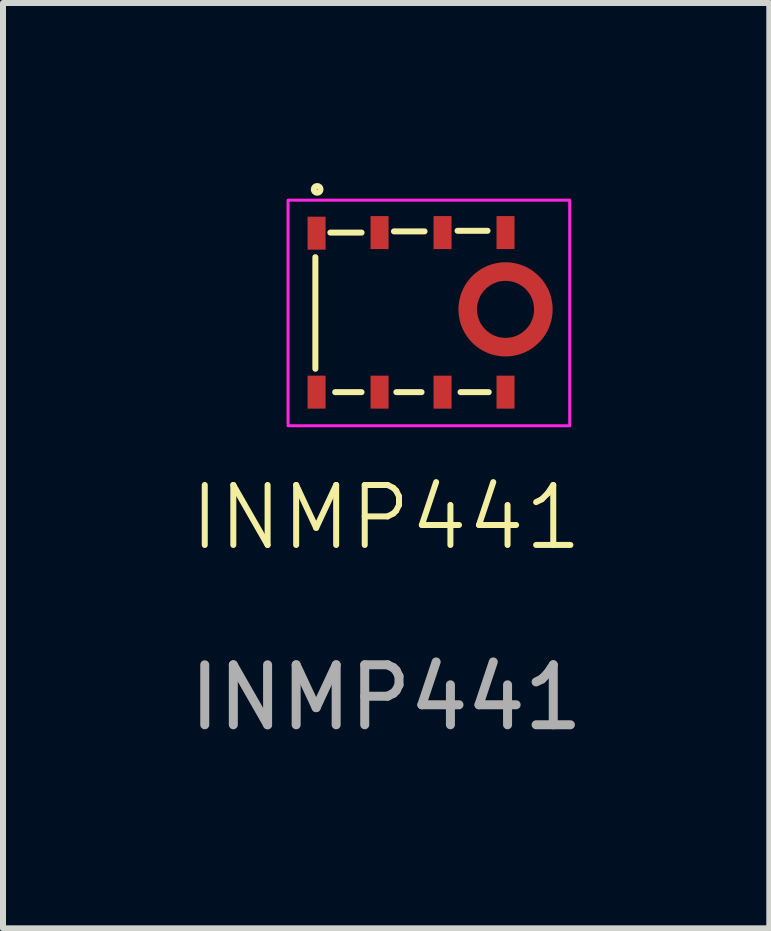
<source format=kicad_pcb>
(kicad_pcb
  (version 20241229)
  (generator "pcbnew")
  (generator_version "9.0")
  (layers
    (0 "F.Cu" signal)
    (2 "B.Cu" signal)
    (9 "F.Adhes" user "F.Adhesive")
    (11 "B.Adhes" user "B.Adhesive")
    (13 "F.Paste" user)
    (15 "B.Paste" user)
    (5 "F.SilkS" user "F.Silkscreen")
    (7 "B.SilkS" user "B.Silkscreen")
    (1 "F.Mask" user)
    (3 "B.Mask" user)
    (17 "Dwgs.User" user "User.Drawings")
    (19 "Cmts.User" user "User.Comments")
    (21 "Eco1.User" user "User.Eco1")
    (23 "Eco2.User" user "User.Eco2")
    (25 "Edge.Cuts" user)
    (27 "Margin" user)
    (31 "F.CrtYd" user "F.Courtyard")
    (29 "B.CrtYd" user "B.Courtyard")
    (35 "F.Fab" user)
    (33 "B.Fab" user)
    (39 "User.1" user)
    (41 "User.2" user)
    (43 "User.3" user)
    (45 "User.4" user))
  (footprint "INMP441"
    (layer "F.Cu")
    (at 5.377 3.487)
    (property "Reference" "INMP441" (at -1.99 2.09 0) (unlocked yes) (layer "F.SilkS") (effects (font (size 1 1) (thickness 0.1))))
    (attr smd)
    (fp_line (start -3.17 -2.25) (end -3.17 -0.39) (stroke (width 0.1) (type default)) (layer "F.SilkS"))
    (fp_line (start -2.92 -2.66) (end -2.4 -2.66) (stroke (width 0.1) (type default)) (layer "F.SilkS"))
    (fp_line (start -2.84 0) (end -2.4 0) (stroke (width 0.1) (type default)) (layer "F.SilkS"))
    (fp_line (start -1.86 -2.68) (end -1.35 -2.68) (stroke (width 0.1) (type default)) (layer "F.SilkS"))
    (fp_line (start -1.82 0) (end -1.4 0) (stroke (width 0.1) (type default)) (layer "F.SilkS"))
    (fp_line (start -0.8 -2.69) (end -0.3 -2.69) (stroke (width 0.1) (type default)) (layer "F.SilkS"))
    (fp_line (start -0.75 0) (end -0.28 0) (stroke (width 0.1) (type default)) (layer "F.SilkS"))
    (fp_circle (center -3.14 -3.38) (end -3.1 -3.34) (stroke (width 0.1) (type default)) (fill no) (layer "F.SilkS"))
    (fp_poly (pts (xy -0.378 -1.758) (xy -0.398 -1.738) (xy -0.414 -1.719) (xy -0.429 -1.7) (xy -0.443 -1.681) (xy -0.456 -1.66) (xy -0.468 -1.64) (xy -0.48 -1.618) (xy -0.49 -1.596) (xy -0.499 -1.574) (xy -0.507 -1.551) (xy -0.514 -1.528) (xy -0.52 -1.504) (xy -0.525 -1.481) (xy -0.529 -1.457) (xy -0.532 -1.433) (xy -0.533 -1.409) (xy -0.534 -1.385) (xy -0.533 -1.36) (xy -0.531 -1.336) (xy -0.528 -1.312) (xy -0.524 -1.288) (xy -0.519 -1.265) (xy -0.513 -1.241) (xy -0.505 -1.218) (xy -0.497 -1.196) (xy -0.487 -1.173) (xy -0.477 -1.152) (xy -0.466 -1.13) (xy -0.453 -1.11) (xy -0.442 -1.093) (xy -0.639 -0.896) (xy -0.661 -0.926) (xy -0.683 -0.958) (xy -0.703 -0.991) (xy -0.721 -1.025) (xy -0.738 -1.06) (xy -0.752 -1.096) (xy -0.766 -1.132) (xy -0.777 -1.169) (xy -0.787 -1.206) (xy -0.795 -1.244) (xy -0.801 -1.282) (xy -0.805 -1.32) (xy -0.807 -1.359) (xy -0.807 -1.397) (xy -0.806 -1.436) (xy -0.803 -1.474) (xy -0.798 -1.512) (xy -0.791 -1.55) (xy -0.782 -1.588) (xy -0.771 -1.625) (xy -0.759 -1.662) (xy -0.745 -1.697) (xy -0.729 -1.733) (xy -0.711 -1.767) (xy -0.692 -1.8) (xy -0.671 -1.833) (xy -0.649 -1.864) (xy -0.625 -1.895) (xy -0.6 -1.924) (xy -0.573 -1.953) (xy -0.544 -1.98) (xy -0.515 -2.005) (xy -0.484 -2.029) (xy -0.453 -2.051) (xy -0.42 -2.072) (xy -0.387 -2.091) (xy -0.353 -2.109) (xy -0.317 -2.125) (xy -0.282 -2.139) (xy -0.245 -2.151) (xy -0.208 -2.162) (xy -0.17 -2.171) (xy -0.132 -2.178) (xy -0.094 -2.183) (xy -0.056 -2.186) (xy -0.017 -2.187) (xy 0.021 -2.187) (xy 0.06 -2.185) (xy 0.098 -2.181) (xy 0.136 -2.175) (xy 0.174 -2.167) (xy 0.211 -2.157) (xy 0.248 -2.146) (xy 0.284 -2.132) (xy 0.32 -2.118) (xy 0.355 -2.101) (xy 0.389 -2.083) (xy 0.422 -2.063) (xy 0.454 -2.041) (xy 0.484 -2.019) (xy 0.287 -1.822) (xy 0.27 -1.833) (xy 0.25 -1.846) (xy 0.228 -1.857) (xy 0.207 -1.867) (xy 0.184 -1.877) (xy 0.162 -1.885) (xy 0.139 -1.893) (xy 0.115 -1.899) (xy 0.092 -1.904) (xy 0.068 -1.908) (xy 0.044 -1.911) (xy 0.02 -1.913) (xy -0.005 -1.914) (xy -0.029 -1.913) (xy -0.053 -1.912) (xy -0.077 -1.909) (xy -0.101 -1.905) (xy -0.124 -1.9) (xy -0.148 -1.894) (xy -0.171 -1.887) (xy -0.194 -1.879) (xy -0.216 -1.87) (xy -0.238 -1.86) (xy -0.26 -1.848) (xy -0.28 -1.836) (xy -0.301 -1.823) (xy -0.32 -1.809) (xy -0.339 -1.794) (xy -0.358 -1.778) (xy -0.378 -1.758) (xy -0.378 -1.758)) (stroke (width 0.01) (type solid)) (fill yes) (layer "F.Paste"))
    (fp_poly (pts (xy 0.378 -1.004) (xy 0.397 -1.024) (xy 0.413 -1.043) (xy 0.428 -1.062) (xy 0.442 -1.081) (xy 0.455 -1.102) (xy 0.467 -1.122) (xy 0.479 -1.144) (xy 0.489 -1.166) (xy 0.498 -1.188) (xy 0.506 -1.211) (xy 0.513 -1.234) (xy 0.519 -1.258) (xy 0.524 -1.281) (xy 0.528 -1.305) (xy 0.531 -1.329) (xy 0.532 -1.353) (xy 0.533 -1.377) (xy 0.532 -1.402) (xy 0.53 -1.426) (xy 0.527 -1.45) (xy 0.523 -1.474) (xy 0.518 -1.497) (xy 0.512 -1.521) (xy 0.504 -1.544) (xy 0.496 -1.566) (xy 0.486 -1.589) (xy 0.476 -1.61) (xy 0.465 -1.632) (xy 0.452 -1.652) (xy 0.441 -1.669) (xy 0.638 -1.866) (xy 0.66 -1.836) (xy 0.682 -1.804) (xy 0.702 -1.771) (xy 0.72 -1.737) (xy 0.737 -1.702) (xy 0.751 -1.666) (xy 0.765 -1.63) (xy 0.776 -1.593) (xy 0.786 -1.556) (xy 0.794 -1.518) (xy 0.8 -1.48) (xy 0.804 -1.442) (xy 0.806 -1.403) (xy 0.806 -1.365) (xy 0.805 -1.326) (xy 0.802 -1.288) (xy 0.797 -1.25) (xy 0.79 -1.212) (xy 0.781 -1.174) (xy 0.77 -1.137) (xy 0.758 -1.1) (xy 0.744 -1.065) (xy 0.728 -1.029) (xy 0.71 -0.995) (xy 0.691 -0.962) (xy 0.67 -0.929) (xy 0.648 -0.898) (xy 0.624 -0.867) (xy 0.599 -0.838) (xy 0.572 -0.809) (xy 0.543 -0.782) (xy 0.514 -0.757) (xy 0.483 -0.733) (xy 0.452 -0.711) (xy 0.419 -0.69) (xy 0.386 -0.671) (xy 0.352 -0.653) (xy 0.316 -0.637) (xy 0.281 -0.623) (xy 0.244 -0.611) (xy 0.207 -0.6) (xy 0.169 -0.591) (xy 0.131 -0.584) (xy 0.093 -0.579) (xy 0.055 -0.576) (xy 0.016 -0.575) (xy -0.022 -0.575) (xy -0.061 -0.577) (xy -0.099 -0.581) (xy -0.137 -0.587) (xy -0.175 -0.595) (xy -0.212 -0.605) (xy -0.249 -0.616) (xy -0.285 -0.63) (xy -0.321 -0.644) (xy -0.356 -0.661) (xy -0.39 -0.679) (xy -0.423 -0.699) (xy -0.455 -0.721) (xy -0.485 -0.743) (xy -0.288 -0.94) (xy -0.271 -0.929) (xy -0.251 -0.916) (xy -0.229 -0.905) (xy -0.208 -0.895) (xy -0.185 -0.885) (xy -0.163 -0.877) (xy -0.14 -0.869) (xy -0.116 -0.863) (xy -0.093 -0.858) (xy -0.069 -0.854) (xy -0.045 -0.851) (xy -0.021 -0.849) (xy 0.004 -0.848) (xy 0.028 -0.849) (xy 0.052 -0.85) (xy 0.076 -0.853) (xy 0.1 -0.857) (xy 0.123 -0.862) (xy 0.147 -0.868) (xy 0.17 -0.875) (xy 0.193 -0.883) (xy 0.215 -0.892) (xy 0.237 -0.902) (xy 0.259 -0.914) (xy 0.279 -0.926) (xy 0.3 -0.939) (xy 0.319 -0.953) (xy 0.338 -0.968) (xy 0.357 -0.984) (xy 0.377 -1.004) (xy 0.378 -1.004)) (stroke (width 0.01) (type solid)) (fill yes) (layer "F.Paste"))
    (fp_rect (start -3.625 -3.2) (end 1.07 0.56) (stroke (width 0.05) (type default)) (fill no) (layer "F.CrtYd"))
    (fp_text user "${REFERENCE}" (at -1.99 5.09 0) (unlocked yes) (layer "F.Fab") (effects (font (size 1 1) (thickness 0.15))))
    (pad "1" smd rect (at -3.15 -2.65 90) (size 0.55 0.3) (layers "F.Cu" "F.Mask" "F.Paste"))
    (pad "2" smd rect (at -2.1 -2.66 90) (size 0.55 0.3) (layers "F.Cu" "F.Mask" "F.Paste"))
    (pad "3" smd rect (at -1.05 -2.66 90) (size 0.55 0.3) (layers "F.Cu" "F.Mask" "F.Paste"))
    (pad "4" smd rect (at 0 -2.66 90) (size 0.55 0.3) (layers "F.Cu" "F.Mask" "F.Paste"))
    (pad "5" smd custom (at -0.63 -1.38) (size 0.1 0.1) (layers "F.Cu") (options (anchor rect)) (primitives (gr_poly (pts (xy 1.41 -0.003) (xy 1.11 -0.003) (xy 1.109 -0.026) (xy 1.107 -0.051) (xy 1.104 -0.076) (xy 1.1 -0.101) (xy 1.094 -0.125) (xy 1.087 -0.149) (xy 1.078 -0.173) (xy 1.069 -0.196) (xy 1.058 -0.219) (xy 1.046 -0.241) (xy 1.033 -0.262) (xy 1.019 -0.283) (xy 1.003 -0.303) (xy 0.987 -0.322) (xy 0.97 -0.34) (xy 0.952 -0.357) (xy 0.933 -0.373) (xy 0.913 -0.389) (xy 0.892 -0.403) (xy 0.871 -0.416) (xy 0.849 -0.428) (xy 0.826 -0.439) (xy 0.803 -0.448) (xy 0.779 -0.457) (xy 0.755 -0.464) (xy 0.731 -0.47) (xy 0.706 -0.474) (xy 0.681 -0.477) (xy 0.656 -0.479) (xy 0.63 -0.48) (xy 0.605 -0.479) (xy 0.58 -0.477) (xy 0.555 -0.474) (xy 0.53 -0.47) (xy 0.506 -0.464) (xy 0.482 -0.457) (xy 0.458 -0.448) (xy 0.435 -0.439) (xy 0.412 -0.428) (xy 0.39 -0.416) (xy 0.369 -0.403) (xy 0.348 -0.388) (xy 0.328 -0.373) (xy 0.309 -0.357) (xy 0.291 -0.339) (xy 0.273 -0.321) (xy 0.257 -0.302) (xy 0.242 -0.282) (xy 0.227 -0.261) (xy 0.214 -0.24) (xy 0.202 -0.218) (xy 0.191 -0.195) (xy 0.182 -0.172) (xy 0.173 -0.148) (xy 0.166 -0.124) (xy 0.16 -0.1) (xy 0.156 -0.075) (xy 0.153 -0.05) (xy 0.151 -0.025) (xy 0.15 0) (xy 0.151 0.025) (xy 0.153 0.05) (xy 0.156 0.075) (xy 0.16 0.1) (xy 0.166 0.124) (xy 0.173 0.148) (xy 0.182 0.172) (xy 0.191 0.195) (xy 0.202 0.218) (xy 0.214 0.24) (xy 0.227 0.261) (xy 0.242 0.282) (xy 0.257 0.302) (xy 0.273 0.321) (xy 0.291 0.339) (xy 0.309 0.357) (xy 0.328 0.373) (xy 0.348 0.388) (xy 0.369 0.403) (xy 0.39 0.416) (xy 0.412 0.428) (xy 0.435 0.439) (xy 0.458 0.448) (xy 0.482 0.457) (xy 0.506 0.464) (xy 0.53 0.47) (xy 0.555 0.474) (xy 0.58 0.477) (xy 0.605 0.479) (xy 0.63 0.48) (xy 0.656 0.479) (xy 0.681 0.477) (xy 0.706 0.474) (xy 0.731 0.47) (xy 0.755 0.464) (xy 0.779 0.457) (xy 0.803 0.448) (xy 0.826 0.439) (xy 0.849 0.428) (xy 0.871 0.416) (xy 0.892 0.403) (xy 0.913 0.389) (xy 0.933 0.373) (xy 0.952 0.357) (xy 0.97 0.34) (xy 0.987 0.322) (xy 1.003 0.303) (xy 1.019 0.283) (xy 1.033 0.262) (xy 1.046 0.241) (xy 1.058 0.219) (xy 1.069 0.196) (xy 1.078 0.173) (xy 1.087 0.149) (xy 1.094 0.125) (xy 1.1 0.101) (xy 1.104 0.076) (xy 1.107 0.051) (xy 1.109 0.026) (xy 1.11 0.003) (xy 1.41 0.003) (xy 1.409 0.042) (xy 1.406 0.083) (xy 1.4 0.123) (xy 1.393 0.163) (xy 1.383 0.203) (xy 1.372 0.242) (xy 1.358 0.28) (xy 1.343 0.318) (xy 1.325 0.355) (xy 1.306 0.391) (xy 1.284 0.425) (xy 1.261 0.459) (xy 1.236 0.491) (xy 1.21 0.522) (xy 1.182 0.552) (xy 1.152 0.58) (xy 1.121 0.606) (xy 1.089 0.631) (xy 1.055 0.654) (xy 1.021 0.676) (xy 0.985 0.695) (xy 0.948 0.713) (xy 0.91 0.728) (xy 0.872 0.742) (xy 0.833 0.753) (xy 0.793 0.763) (xy 0.753 0.77) (xy 0.713 0.776) (xy 0.672 0.779) (xy 0.63 0.78) (xy 0.589 0.779) (xy 0.548 0.776) (xy 0.508 0.77) (xy 0.468 0.763) (xy 0.428 0.753) (xy 0.389 0.742) (xy 0.35 0.728) (xy 0.313 0.713) (xy 0.276 0.695) (xy 0.24 0.675) (xy 0.205 0.654) (xy 0.172 0.631) (xy 0.139 0.606) (xy 0.108 0.58) (xy 0.078 0.552) (xy 0.05 0.522) (xy 0.024 0.491) (xy -0.001 0.458) (xy -0.024 0.425) (xy -0.045 0.39) (xy -0.065 0.354) (xy -0.083 0.317) (xy -0.098 0.28) (xy -0.112 0.241) (xy -0.123 0.202) (xy -0.133 0.162) (xy -0.14 0.122) (xy -0.146 0.082) (xy -0.149 0.041) (xy -0.15 0) (xy -0.149 -0.041) (xy -0.146 -0.082) (xy -0.14 -0.122) (xy -0.133 -0.162) (xy -0.123 -0.202) (xy -0.112 -0.241) (xy -0.098 -0.28) (xy -0.083 -0.317) (xy -0.065 -0.354) (xy -0.045 -0.39) (xy -0.024 -0.425) (xy -0.001 -0.458) (xy 0.024 -0.491) (xy 0.05 -0.522) (xy 0.078 -0.552) (xy 0.108 -0.58) (xy 0.139 -0.606) (xy 0.172 -0.631) (xy 0.205 -0.654) (xy 0.24 -0.675) (xy 0.276 -0.695) (xy 0.313 -0.713) (xy 0.35 -0.728) (xy 0.389 -0.742) (xy 0.428 -0.753) (xy 0.468 -0.763) (xy 0.508 -0.77) (xy 0.548 -0.776) (xy 0.589 -0.779) (xy 0.63 -0.78) (xy 0.672 -0.779) (xy 0.713 -0.776) (xy 0.753 -0.77) (xy 0.793 -0.763) (xy 0.833 -0.753) (xy 0.872 -0.742) (xy 0.91 -0.728) (xy 0.948 -0.713) (xy 0.985 -0.695) (xy 1.021 -0.676) (xy 1.055 -0.654) (xy 1.089 -0.631) (xy 1.121 -0.606) (xy 1.152 -0.58) (xy 1.182 -0.552) (xy 1.21 -0.522) (xy 1.236 -0.491) (xy 1.261 -0.459) (xy 1.284 -0.425) (xy 1.306 -0.391) (xy 1.325 -0.355) (xy 1.343 -0.318) (xy 1.358 -0.28) (xy 1.372 -0.242) (xy 1.383 -0.203) (xy 1.393 -0.163) (xy 1.4 -0.123) (xy 1.406 -0.083) (xy 1.409 -0.042) (xy 1.41 -0.003) (xy 1.41 -0.003)) (width 0.01) (fill yes))))
    (pad "7" smd rect (at -1.05 0 90) (size 0.55 0.3) (layers "F.Cu" "F.Mask" "F.Paste"))
    (pad "8" smd rect (at -2.1 0 90) (size 0.55 0.3) (layers "F.Cu" "F.Mask" "F.Paste"))
    (pad "9" smd rect (at -3.15 0 90) (size 0.55 0.3) (layers "F.Cu" "F.Mask" "F.Paste"))
    (pad "9" smd rect (at 0 0 90) (size 0.55 0.3) (layers "F.Cu" "F.Mask" "F.Paste")))
  (gr_rect
    (start -3 -3)
    (end 9.774 12.425)
    (stroke (width 0.1) (type default))
    (fill no)
    (layer "Edge.Cuts")))
</source>
